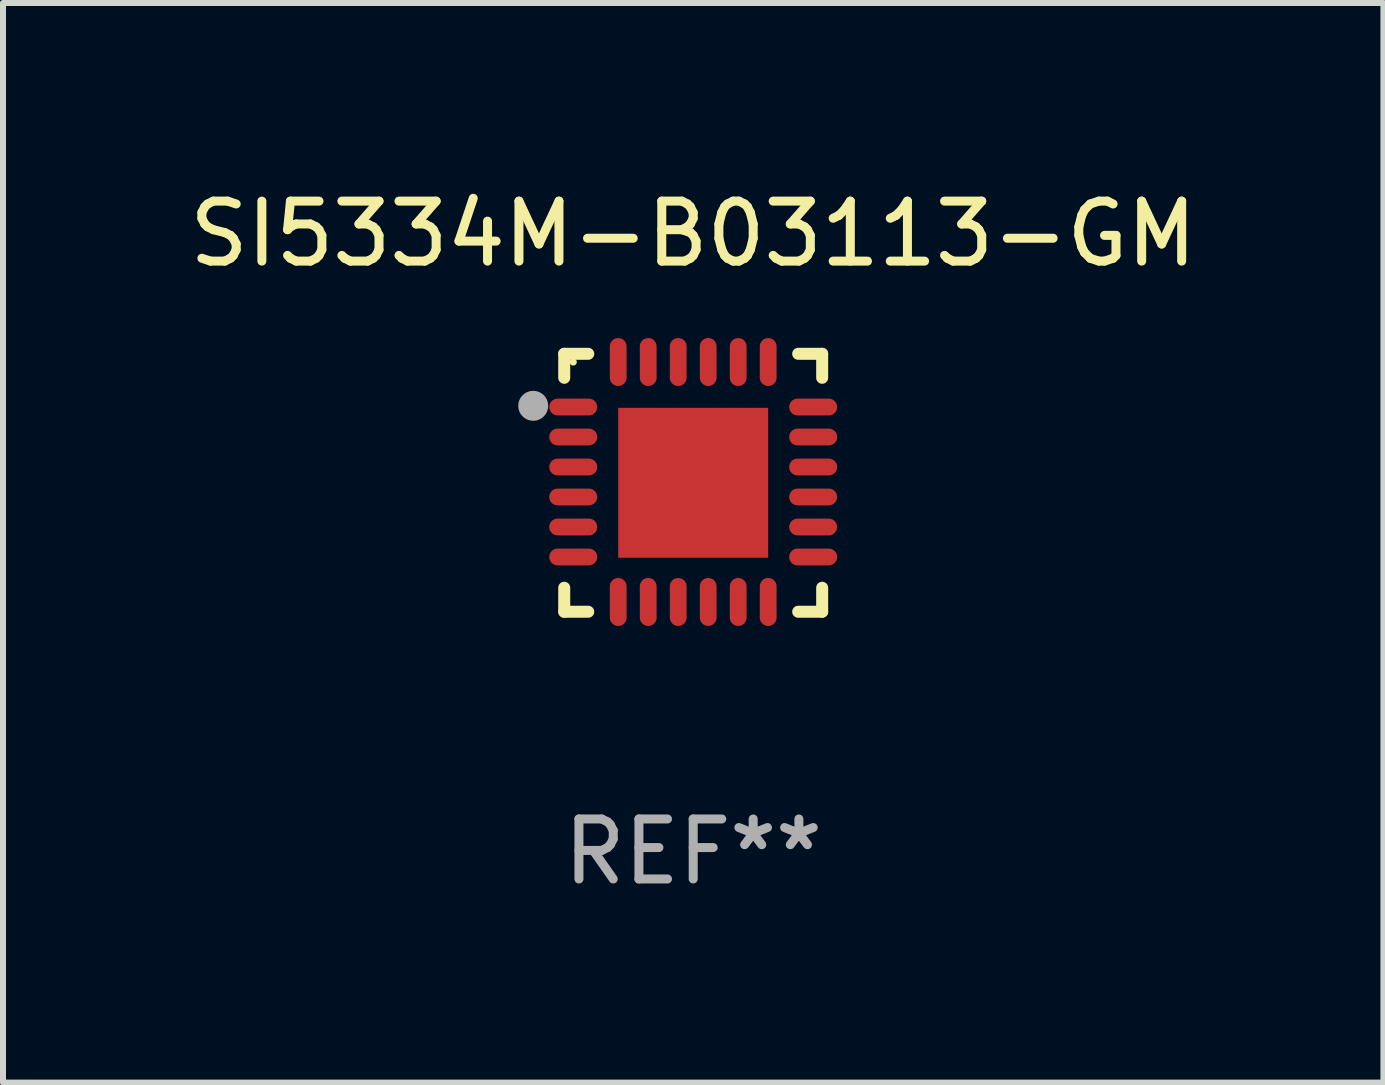
<source format=kicad_pcb>
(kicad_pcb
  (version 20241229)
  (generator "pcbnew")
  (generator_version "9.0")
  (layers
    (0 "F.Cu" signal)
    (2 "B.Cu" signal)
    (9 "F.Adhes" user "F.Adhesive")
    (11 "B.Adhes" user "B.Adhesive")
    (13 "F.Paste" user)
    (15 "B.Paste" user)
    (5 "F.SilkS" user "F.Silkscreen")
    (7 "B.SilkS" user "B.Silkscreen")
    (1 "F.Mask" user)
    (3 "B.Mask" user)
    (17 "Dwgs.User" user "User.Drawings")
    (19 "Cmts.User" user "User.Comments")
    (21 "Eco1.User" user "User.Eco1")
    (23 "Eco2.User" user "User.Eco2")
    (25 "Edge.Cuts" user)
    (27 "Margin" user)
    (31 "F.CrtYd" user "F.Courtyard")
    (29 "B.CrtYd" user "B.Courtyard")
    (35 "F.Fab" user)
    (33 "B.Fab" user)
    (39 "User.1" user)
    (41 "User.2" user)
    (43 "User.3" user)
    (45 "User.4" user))
  (footprint "SI5334M-B03113-GM"
    (layer "F.Cu")
    (at 8.506 4.998)
    (property "Reference" "SI5334M-B03113-GM" (at 0 -4.15 0) (layer "F.SilkS") (effects (font (size 1 1) (thickness 0.15))))
    (attr through_hole)
    (fp_line (start -2.15 -2.15) (end -1.75 -2.15) (stroke (width 0.2) (type solid)) (layer "F.SilkS"))
    (fp_line (start -2.15 -1.75) (end -2.15 -2.15) (stroke (width 0.2) (type solid)) (layer "F.SilkS"))
    (fp_line (start -2.15 2.15) (end -2.15 1.75) (stroke (width 0.2) (type solid)) (layer "F.SilkS"))
    (fp_line (start -1.75 2.15) (end -2.15 2.15) (stroke (width 0.2) (type solid)) (layer "F.SilkS"))
    (fp_line (start 1.75 -2.15) (end 2.15 -2.15) (stroke (width 0.2) (type solid)) (layer "F.SilkS"))
    (fp_line (start 1.75 2.15) (end 2.15 2.15) (stroke (width 0.2) (type solid)) (layer "F.SilkS"))
    (fp_line (start 2.15 -2.15) (end 2.15 -1.75) (stroke (width 0.2) (type solid)) (layer "F.SilkS"))
    (fp_line (start 2.15 2.15) (end 2.15 1.75) (stroke (width 0.2) (type solid)) (layer "F.SilkS"))
    (fp_circle (center -2 -2.013) (end -1.97 -2.013) (stroke (width 0.06) (type solid)) (fill no) (layer "F.SilkS"))
    (fp_circle (center -2.667 -1.283) (end -2.542 -1.283) (stroke (width 0.25) (type solid)) (fill no) (layer "F.Fab"))
    (fp_text user "REF**" (at 0 6.15 0) (layer "F.Fab") (effects (font (size 1 1) (thickness 0.15))))
    (pad "1" smd oval (at -2 -1.263) (size 0.8 0.28) (layers "F.Cu" "F.Mask" "F.Paste"))
    (pad "2" smd oval (at -2 -0.763) (size 0.8 0.28) (layers "F.Cu" "F.Mask" "F.Paste"))
    (pad "3" smd oval (at -2 -0.263) (size 0.8 0.28) (layers "F.Cu" "F.Mask" "F.Paste"))
    (pad "4" smd oval (at -2 0.237) (size 0.8 0.28) (layers "F.Cu" "F.Mask" "F.Paste"))
    (pad "5" smd oval (at -2 0.737) (size 0.8 0.28) (layers "F.Cu" "F.Mask" "F.Paste"))
    (pad "6" smd oval (at -2 1.237) (size 0.8 0.28) (layers "F.Cu" "F.Mask" "F.Paste"))
    (pad "7" smd oval (at -1.25 1.987) (size 0.28 0.8) (layers "F.Cu" "F.Mask" "F.Paste"))
    (pad "8" smd oval (at -0.75 1.987) (size 0.28 0.8) (layers "F.Cu" "F.Mask" "F.Paste"))
    (pad "9" smd oval (at -0.25 1.987) (size 0.28 0.8) (layers "F.Cu" "F.Mask" "F.Paste"))
    (pad "10" smd oval (at 0.25 1.987) (size 0.28 0.8) (layers "F.Cu" "F.Mask" "F.Paste"))
    (pad "11" smd oval (at 0.75 1.987) (size 0.28 0.8) (layers "F.Cu" "F.Mask" "F.Paste"))
    (pad "12" smd oval (at 1.25 1.987) (size 0.28 0.8) (layers "F.Cu" "F.Mask" "F.Paste"))
    (pad "13" smd oval (at 2 1.237) (size 0.8 0.28) (layers "F.Cu" "F.Mask" "F.Paste"))
    (pad "14" smd oval (at 2 0.737) (size 0.8 0.28) (layers "F.Cu" "F.Mask" "F.Paste"))
    (pad "15" smd oval (at 2 0.237) (size 0.8 0.28) (layers "F.Cu" "F.Mask" "F.Paste"))
    (pad "16" smd oval (at 2 -0.263) (size 0.8 0.28) (layers "F.Cu" "F.Mask" "F.Paste"))
    (pad "17" smd oval (at 2 -0.763) (size 0.8 0.28) (layers "F.Cu" "F.Mask" "F.Paste"))
    (pad "18" smd oval (at 2 -1.263) (size 0.8 0.28) (layers "F.Cu" "F.Mask" "F.Paste"))
    (pad "19" smd oval (at 1.25 -2.013) (size 0.28 0.8) (layers "F.Cu" "F.Mask" "F.Paste"))
    (pad "20" smd oval (at 0.75 -2.013) (size 0.28 0.8) (layers "F.Cu" "F.Mask" "F.Paste"))
    (pad "21" smd oval (at 0.25 -2.013) (size 0.28 0.8) (layers "F.Cu" "F.Mask" "F.Paste"))
    (pad "22" smd oval (at -0.25 -2.013) (size 0.28 0.8) (layers "F.Cu" "F.Mask" "F.Paste"))
    (pad "23" smd oval (at -0.75 -2.013) (size 0.28 0.8) (layers "F.Cu" "F.Mask" "F.Paste"))
    (pad "24" smd oval (at -1.25 -2.013) (size 0.28 0.8) (layers "F.Cu" "F.Mask" "F.Paste"))
    (pad "25" smd rect (at -0.000127 -0.00014) (size 2.5 2.5) (layers "F.Cu" "F.Mask" "F.Paste")))
  (gr_rect
    (start -3 -3)
    (end 20.012 14.997)
    (stroke (width 0.1) (type default))
    (fill no)
    (layer "Edge.Cuts")))
</source>
